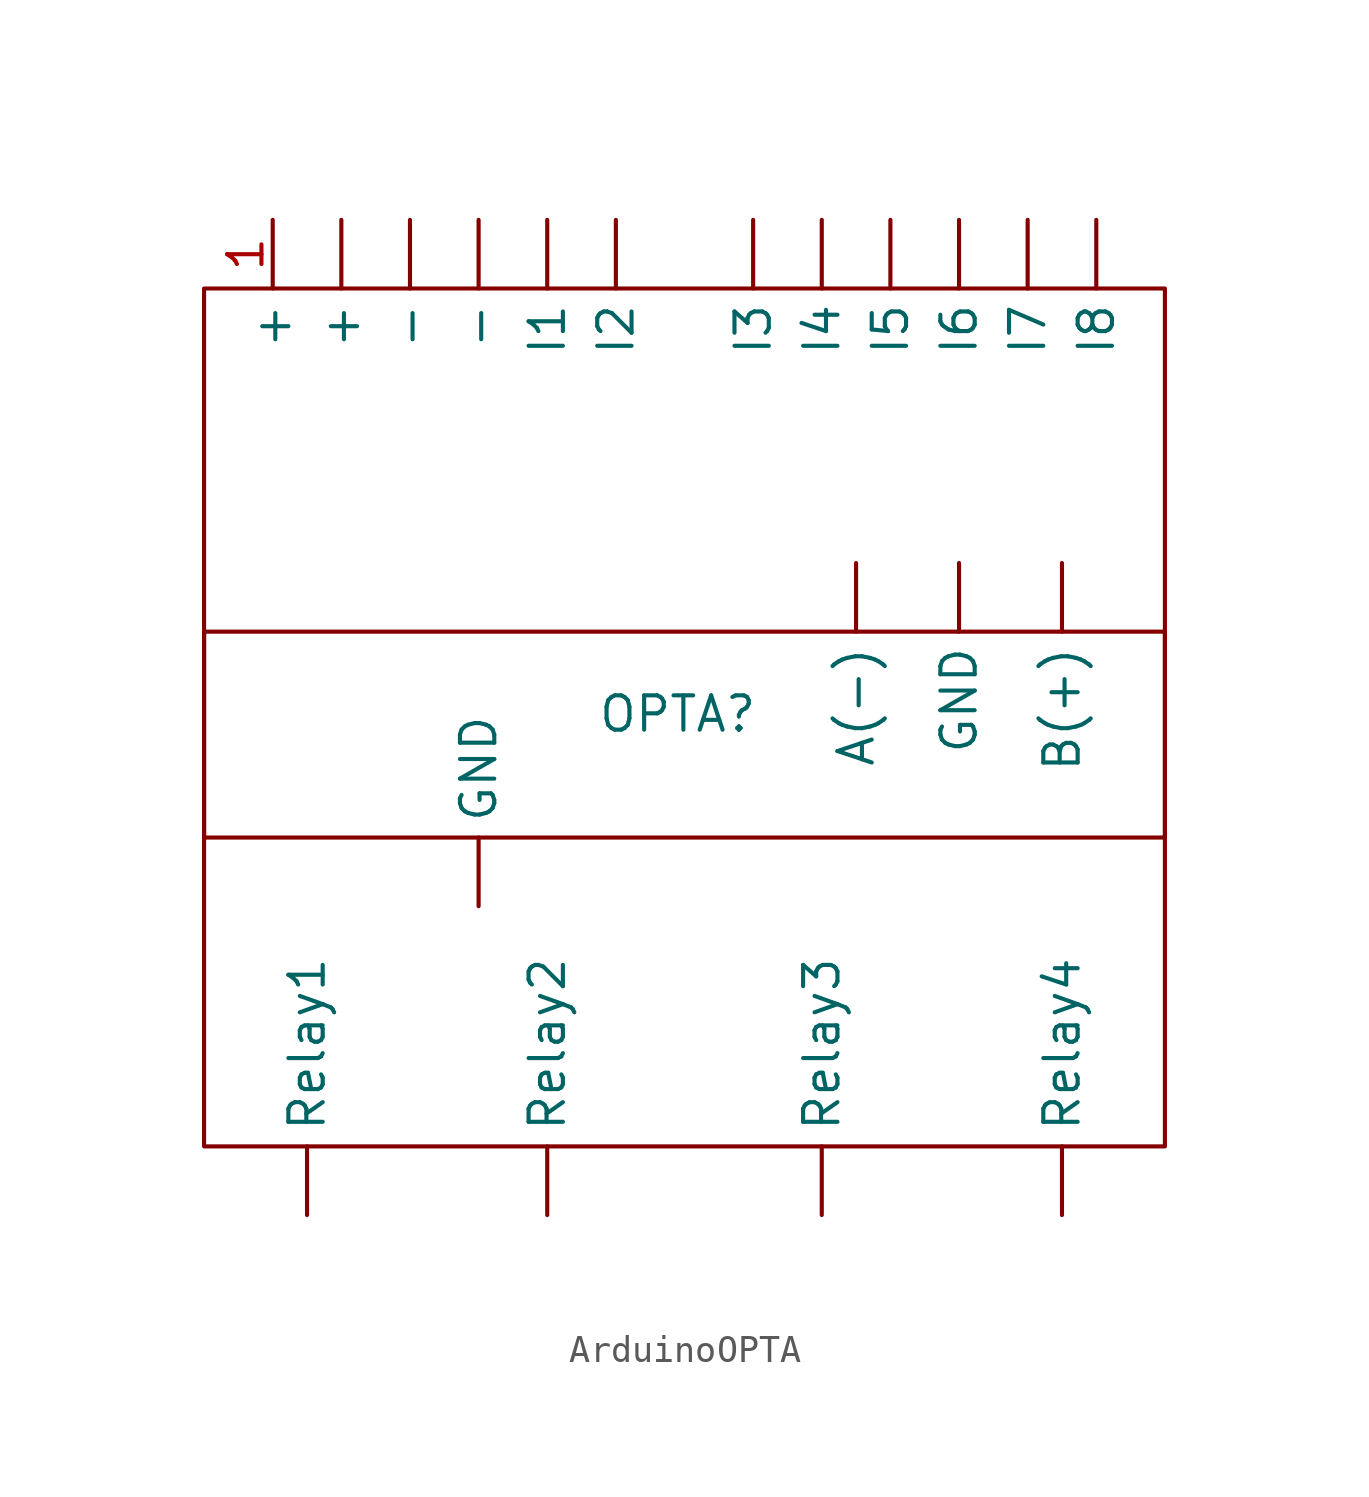
<source format=kicad_sym>
(kicad_symbol_lib
  (version 20231120)
  (generator "kicad_symbol_editor")
  (generator_version "8.0")
  (symbol "ArduinoOPTA"
    (property "Reference" "OPTA"
      (at -0.254 -18.288 0)
      (effects (font (size 1.27 1.27))))
    (property "Value" ""
      (at -5.08 0 0)
      (effects (font (size 1.27 1.27))))
    (symbol "ArduinoOPTA_1_1"
      (rectangle (start -17.78 -15.24) (end 17.78 -22.86) (stroke (width 0) (type default)) (fill (type none)))
      (rectangle (start -17.78 -2.54) (end 17.78 -34.29) (stroke (width 0) (type default)) (fill (type none)))
      (pin bidirectional line (at -12.7 0 270) (length 2.54) (name "+" (effects (font (size 1.27 1.27)))) (number "" (effects (font (size 1.27 1.27)))))
      (pin bidirectional line (at -10.16 0 270) (length 2.54) (name "-" (effects (font (size 1.27 1.27)))) (number "" (effects (font (size 1.27 1.27)))))
      (pin bidirectional line (at -7.62 0 270) (length 2.54) (name "-" (effects (font (size 1.27 1.27)))) (number "" (effects (font (size 1.27 1.27)))))
      (pin input line (at 6.35 -12.7 270) (length 2.54) (name "A(-)" (effects (font (size 1.27 1.27)))) (number "" (effects (font (size 1.27 1.27)))))
      (pin input line (at 13.97 -12.7 270) (length 2.54) (name "B(+)" (effects (font (size 1.27 1.27)))) (number "" (effects (font (size 1.27 1.27)))))
      (pin bidirectional line (at -7.62 -25.4 90) (length 2.54) (name "GND" (effects (font (size 1.27 1.27)))) (number "" (effects (font (size 1.27 1.27)))))
      (pin input line (at 10.16 -12.7 270) (length 2.54) (name "GND" (effects (font (size 1.27 1.27)))) (number "" (effects (font (size 1.27 1.27)))))
      (pin input line (at -5.08 0 270) (length 2.54) (name "I1" (effects (font (size 1.27 1.27)))) (number "" (effects (font (size 1.27 1.27)))))
      (pin input line (at -2.54 0 270) (length 2.54) (name "I2" (effects (font (size 1.27 1.27)))) (number "" (effects (font (size 1.27 1.27)))))
      (pin input line (at 2.54 0 270) (length 2.54) (name "I3" (effects (font (size 1.27 1.27)))) (number "" (effects (font (size 1.27 1.27)))))
      (pin input line (at 5.08 0 270) (length 2.54) (name "I4" (effects (font (size 1.27 1.27)))) (number "" (effects (font (size 1.27 1.27)))))
      (pin input line (at 7.62 0 270) (length 2.54) (name "I5" (effects (font (size 1.27 1.27)))) (number "" (effects (font (size 1.27 1.27)))))
      (pin input line (at 10.16 0 270) (length 2.54) (name "I6" (effects (font (size 1.27 1.27)))) (number "" (effects (font (size 1.27 1.27)))))
      (pin input line (at 12.7 0 270) (length 2.54) (name "I7" (effects (font (size 1.27 1.27)))) (number "" (effects (font (size 1.27 1.27)))))
      (pin input line (at 15.24 0 270) (length 2.54) (name "I8" (effects (font (size 1.27 1.27)))) (number "" (effects (font (size 1.27 1.27)))))
      (pin bidirectional line (at -13.97 -36.83 90) (length 2.54) (name "Relay1" (effects (font (size 1.27 1.27)))) (number "" (effects (font (size 1.27 1.27)))))
      (pin bidirectional line (at -5.08 -36.83 90) (length 2.54) (name "Relay2" (effects (font (size 1.27 1.27)))) (number "" (effects (font (size 1.27 1.27)))))
      (pin bidirectional line (at 5.08 -36.83 90) (length 2.54) (name "Relay3" (effects (font (size 1.27 1.27)))) (number "" (effects (font (size 1.27 1.27)))))
      (pin bidirectional line (at 13.97 -36.83 90) (length 2.54) (name "Relay4" (effects (font (size 1.27 1.27)))) (number "" (effects (font (size 1.27 1.27)))))
      (pin bidirectional line (at -15.24 0 270) (length 2.54) (name "+" (effects (font (size 1.27 1.27)))) (number "1" (effects (font (size 1.27 1.27))))))))
</source>
